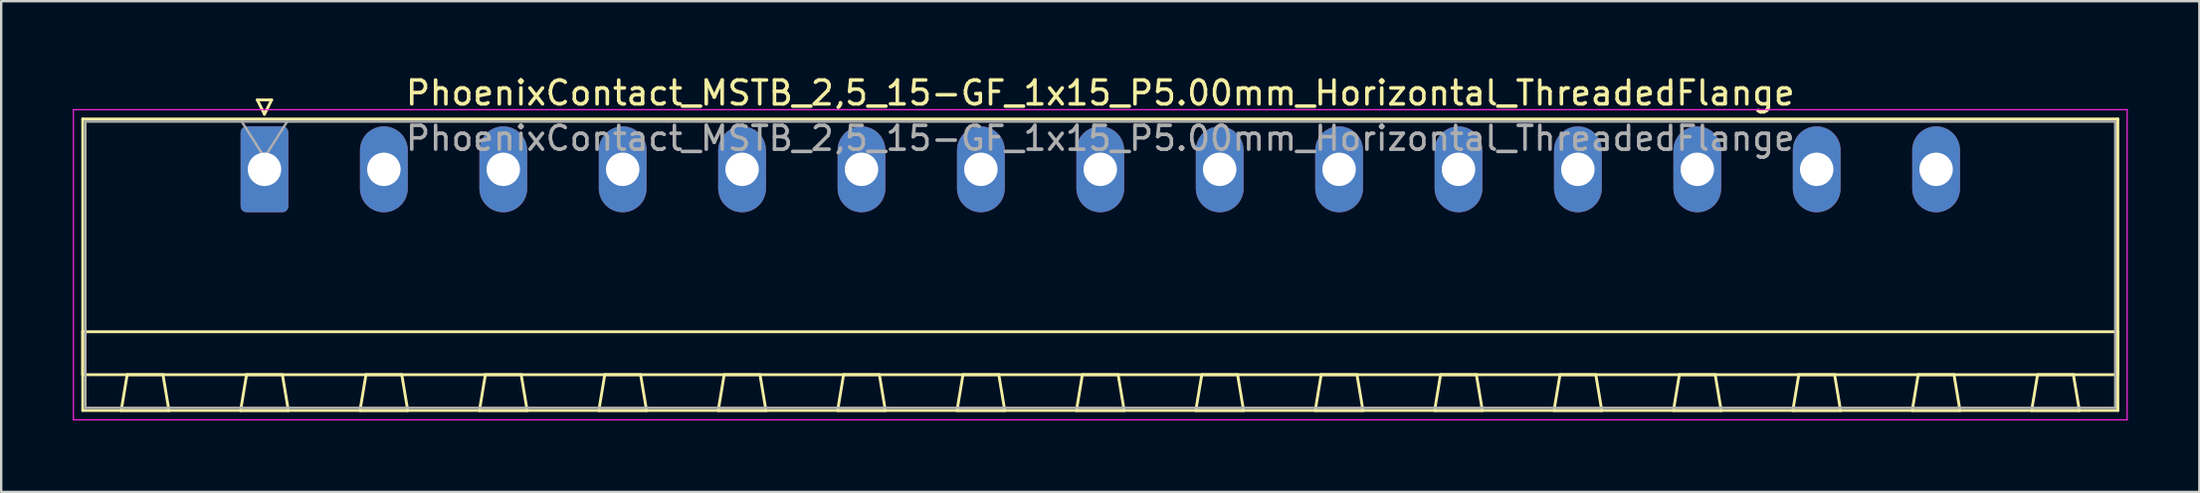
<source format=kicad_pcb>
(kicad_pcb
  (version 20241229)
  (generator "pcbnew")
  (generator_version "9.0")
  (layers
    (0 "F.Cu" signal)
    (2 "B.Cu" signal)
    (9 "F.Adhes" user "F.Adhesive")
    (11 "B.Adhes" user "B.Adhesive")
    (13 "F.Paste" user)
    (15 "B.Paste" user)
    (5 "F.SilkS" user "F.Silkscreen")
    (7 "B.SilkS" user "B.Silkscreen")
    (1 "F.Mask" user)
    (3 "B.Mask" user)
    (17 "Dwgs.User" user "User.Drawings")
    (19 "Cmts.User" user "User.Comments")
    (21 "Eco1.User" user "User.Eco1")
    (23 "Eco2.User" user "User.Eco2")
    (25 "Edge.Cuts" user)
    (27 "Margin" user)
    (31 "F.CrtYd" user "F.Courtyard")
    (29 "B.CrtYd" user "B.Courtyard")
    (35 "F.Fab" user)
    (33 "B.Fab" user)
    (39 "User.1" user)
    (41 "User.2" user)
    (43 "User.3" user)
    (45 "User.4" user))
  (footprint "PhoenixContact_MSTB_2,5_15-GF_1x15_P5.00mm_Horizontal_ThreadedFlange"
    (layer "F.Cu")
    (at 8.025 4.048)
    (property "Reference" "PhoenixContact_MSTB_2,5_15-GF_1x15_P5.00mm_Horizontal_ThreadedFlange" (at 35 -3.2 0) (layer "F.SilkS") (effects (font (size 1 1) (thickness 0.15))))
    (attr through_hole)
    (fp_line (start -7.61 -2.11) (end -7.61 10.11) (stroke (width 0.12) (type solid)) (layer "F.SilkS"))
    (fp_line (start -7.61 6.81) (end 77.61 6.81) (stroke (width 0.12) (type solid)) (layer "F.SilkS"))
    (fp_line (start -7.61 8.61) (end -7.61 6.81) (stroke (width 0.12) (type solid)) (layer "F.SilkS"))
    (fp_line (start -7.61 10.11) (end 77.61 10.11) (stroke (width 0.12) (type solid)) (layer "F.SilkS"))
    (fp_line (start -6 10.11) (end -4 10.11) (stroke (width 0.12) (type solid)) (layer "F.SilkS"))
    (fp_line (start -5.75 8.61) (end -6 10.11) (stroke (width 0.12) (type solid)) (layer "F.SilkS"))
    (fp_line (start -4.25 8.61) (end -5.75 8.61) (stroke (width 0.12) (type solid)) (layer "F.SilkS"))
    (fp_line (start -4 10.11) (end -4.25 8.61) (stroke (width 0.12) (type solid)) (layer "F.SilkS"))
    (fp_line (start -1 10.11) (end 1 10.11) (stroke (width 0.12) (type solid)) (layer "F.SilkS"))
    (fp_line (start -0.75 8.61) (end -1 10.11) (stroke (width 0.12) (type solid)) (layer "F.SilkS"))
    (fp_line (start -0.3 -2.91) (end 0.3 -2.91) (stroke (width 0.12) (type solid)) (layer "F.SilkS"))
    (fp_line (start 0 -2.31) (end -0.3 -2.91) (stroke (width 0.12) (type solid)) (layer "F.SilkS"))
    (fp_line (start 0.3 -2.91) (end 0 -2.31) (stroke (width 0.12) (type solid)) (layer "F.SilkS"))
    (fp_line (start 0.75 8.61) (end -0.75 8.61) (stroke (width 0.12) (type solid)) (layer "F.SilkS"))
    (fp_line (start 1 10.11) (end 0.75 8.61) (stroke (width 0.12) (type solid)) (layer "F.SilkS"))
    (fp_line (start 4 10.11) (end 6 10.11) (stroke (width 0.12) (type solid)) (layer "F.SilkS"))
    (fp_line (start 4.25 8.61) (end 4 10.11) (stroke (width 0.12) (type solid)) (layer "F.SilkS"))
    (fp_line (start 5.75 8.61) (end 4.25 8.61) (stroke (width 0.12) (type solid)) (layer "F.SilkS"))
    (fp_line (start 6 10.11) (end 5.75 8.61) (stroke (width 0.12) (type solid)) (layer "F.SilkS"))
    (fp_line (start 9 10.11) (end 11 10.11) (stroke (width 0.12) (type solid)) (layer "F.SilkS"))
    (fp_line (start 9.25 8.61) (end 9 10.11) (stroke (width 0.12) (type solid)) (layer "F.SilkS"))
    (fp_line (start 10.75 8.61) (end 9.25 8.61) (stroke (width 0.12) (type solid)) (layer "F.SilkS"))
    (fp_line (start 11 10.11) (end 10.75 8.61) (stroke (width 0.12) (type solid)) (layer "F.SilkS"))
    (fp_line (start 14 10.11) (end 16 10.11) (stroke (width 0.12) (type solid)) (layer "F.SilkS"))
    (fp_line (start 14.25 8.61) (end 14 10.11) (stroke (width 0.12) (type solid)) (layer "F.SilkS"))
    (fp_line (start 15.75 8.61) (end 14.25 8.61) (stroke (width 0.12) (type solid)) (layer "F.SilkS"))
    (fp_line (start 16 10.11) (end 15.75 8.61) (stroke (width 0.12) (type solid)) (layer "F.SilkS"))
    (fp_line (start 19 10.11) (end 21 10.11) (stroke (width 0.12) (type solid)) (layer "F.SilkS"))
    (fp_line (start 19.25 8.61) (end 19 10.11) (stroke (width 0.12) (type solid)) (layer "F.SilkS"))
    (fp_line (start 20.75 8.61) (end 19.25 8.61) (stroke (width 0.12) (type solid)) (layer "F.SilkS"))
    (fp_line (start 21 10.11) (end 20.75 8.61) (stroke (width 0.12) (type solid)) (layer "F.SilkS"))
    (fp_line (start 24 10.11) (end 26 10.11) (stroke (width 0.12) (type solid)) (layer "F.SilkS"))
    (fp_line (start 24.25 8.61) (end 24 10.11) (stroke (width 0.12) (type solid)) (layer "F.SilkS"))
    (fp_line (start 25.75 8.61) (end 24.25 8.61) (stroke (width 0.12) (type solid)) (layer "F.SilkS"))
    (fp_line (start 26 10.11) (end 25.75 8.61) (stroke (width 0.12) (type solid)) (layer "F.SilkS"))
    (fp_line (start 29 10.11) (end 31 10.11) (stroke (width 0.12) (type solid)) (layer "F.SilkS"))
    (fp_line (start 29.25 8.61) (end 29 10.11) (stroke (width 0.12) (type solid)) (layer "F.SilkS"))
    (fp_line (start 30.75 8.61) (end 29.25 8.61) (stroke (width 0.12) (type solid)) (layer "F.SilkS"))
    (fp_line (start 31 10.11) (end 30.75 8.61) (stroke (width 0.12) (type solid)) (layer "F.SilkS"))
    (fp_line (start 34 10.11) (end 36 10.11) (stroke (width 0.12) (type solid)) (layer "F.SilkS"))
    (fp_line (start 34.25 8.61) (end 34 10.11) (stroke (width 0.12) (type solid)) (layer "F.SilkS"))
    (fp_line (start 35.75 8.61) (end 34.25 8.61) (stroke (width 0.12) (type solid)) (layer "F.SilkS"))
    (fp_line (start 36 10.11) (end 35.75 8.61) (stroke (width 0.12) (type solid)) (layer "F.SilkS"))
    (fp_line (start 39 10.11) (end 41 10.11) (stroke (width 0.12) (type solid)) (layer "F.SilkS"))
    (fp_line (start 39.25 8.61) (end 39 10.11) (stroke (width 0.12) (type solid)) (layer "F.SilkS"))
    (fp_line (start 40.75 8.61) (end 39.25 8.61) (stroke (width 0.12) (type solid)) (layer "F.SilkS"))
    (fp_line (start 41 10.11) (end 40.75 8.61) (stroke (width 0.12) (type solid)) (layer "F.SilkS"))
    (fp_line (start 44 10.11) (end 46 10.11) (stroke (width 0.12) (type solid)) (layer "F.SilkS"))
    (fp_line (start 44.25 8.61) (end 44 10.11) (stroke (width 0.12) (type solid)) (layer "F.SilkS"))
    (fp_line (start 45.75 8.61) (end 44.25 8.61) (stroke (width 0.12) (type solid)) (layer "F.SilkS"))
    (fp_line (start 46 10.11) (end 45.75 8.61) (stroke (width 0.12) (type solid)) (layer "F.SilkS"))
    (fp_line (start 49 10.11) (end 51 10.11) (stroke (width 0.12) (type solid)) (layer "F.SilkS"))
    (fp_line (start 49.25 8.61) (end 49 10.11) (stroke (width 0.12) (type solid)) (layer "F.SilkS"))
    (fp_line (start 50.75 8.61) (end 49.25 8.61) (stroke (width 0.12) (type solid)) (layer "F.SilkS"))
    (fp_line (start 51 10.11) (end 50.75 8.61) (stroke (width 0.12) (type solid)) (layer "F.SilkS"))
    (fp_line (start 54 10.11) (end 56 10.11) (stroke (width 0.12) (type solid)) (layer "F.SilkS"))
    (fp_line (start 54.25 8.61) (end 54 10.11) (stroke (width 0.12) (type solid)) (layer "F.SilkS"))
    (fp_line (start 55.75 8.61) (end 54.25 8.61) (stroke (width 0.12) (type solid)) (layer "F.SilkS"))
    (fp_line (start 56 10.11) (end 55.75 8.61) (stroke (width 0.12) (type solid)) (layer "F.SilkS"))
    (fp_line (start 59 10.11) (end 61 10.11) (stroke (width 0.12) (type solid)) (layer "F.SilkS"))
    (fp_line (start 59.25 8.61) (end 59 10.11) (stroke (width 0.12) (type solid)) (layer "F.SilkS"))
    (fp_line (start 60.75 8.61) (end 59.25 8.61) (stroke (width 0.12) (type solid)) (layer "F.SilkS"))
    (fp_line (start 61 10.11) (end 60.75 8.61) (stroke (width 0.12) (type solid)) (layer "F.SilkS"))
    (fp_line (start 64 10.11) (end 66 10.11) (stroke (width 0.12) (type solid)) (layer "F.SilkS"))
    (fp_line (start 64.25 8.61) (end 64 10.11) (stroke (width 0.12) (type solid)) (layer "F.SilkS"))
    (fp_line (start 65.75 8.61) (end 64.25 8.61) (stroke (width 0.12) (type solid)) (layer "F.SilkS"))
    (fp_line (start 66 10.11) (end 65.75 8.61) (stroke (width 0.12) (type solid)) (layer "F.SilkS"))
    (fp_line (start 69 10.11) (end 71 10.11) (stroke (width 0.12) (type solid)) (layer "F.SilkS"))
    (fp_line (start 69.25 8.61) (end 69 10.11) (stroke (width 0.12) (type solid)) (layer "F.SilkS"))
    (fp_line (start 70.75 8.61) (end 69.25 8.61) (stroke (width 0.12) (type solid)) (layer "F.SilkS"))
    (fp_line (start 71 10.11) (end 70.75 8.61) (stroke (width 0.12) (type solid)) (layer "F.SilkS"))
    (fp_line (start 74 10.11) (end 76 10.11) (stroke (width 0.12) (type solid)) (layer "F.SilkS"))
    (fp_line (start 74.25 8.61) (end 74 10.11) (stroke (width 0.12) (type solid)) (layer "F.SilkS"))
    (fp_line (start 75.75 8.61) (end 74.25 8.61) (stroke (width 0.12) (type solid)) (layer "F.SilkS"))
    (fp_line (start 76 10.11) (end 75.75 8.61) (stroke (width 0.12) (type solid)) (layer "F.SilkS"))
    (fp_line (start 77.61 -2.11) (end -7.61 -2.11) (stroke (width 0.12) (type solid)) (layer "F.SilkS"))
    (fp_line (start 77.61 6.81) (end 77.61 8.61) (stroke (width 0.12) (type solid)) (layer "F.SilkS"))
    (fp_line (start 77.61 8.61) (end -7.61 8.61) (stroke (width 0.12) (type solid)) (layer "F.SilkS"))
    (fp_line (start 77.61 10.11) (end 77.61 -2.11) (stroke (width 0.12) (type solid)) (layer "F.SilkS"))
    (fp_line (start -8 -2.5) (end -8 10.5) (stroke (width 0.05) (type solid)) (layer "F.CrtYd"))
    (fp_line (start -8 10.5) (end 78 10.5) (stroke (width 0.05) (type solid)) (layer "F.CrtYd"))
    (fp_line (start 78 -2.5) (end -8 -2.5) (stroke (width 0.05) (type solid)) (layer "F.CrtYd"))
    (fp_line (start 78 10.5) (end 78 -2.5) (stroke (width 0.05) (type solid)) (layer "F.CrtYd"))
    (fp_line (start -7.5 -2) (end -7.5 10) (stroke (width 0.1) (type solid)) (layer "F.Fab"))
    (fp_line (start -7.5 10) (end 77.5 10) (stroke (width 0.1) (type solid)) (layer "F.Fab"))
    (fp_line (start 0 -0.5) (end -0.95 -2) (stroke (width 0.1) (type solid)) (layer "F.Fab"))
    (fp_line (start 0.95 -2) (end 0 -0.5) (stroke (width 0.1) (type solid)) (layer "F.Fab"))
    (fp_line (start 77.5 -2) (end -7.5 -2) (stroke (width 0.1) (type solid)) (layer "F.Fab"))
    (fp_line (start 77.5 10) (end 77.5 -2) (stroke (width 0.1) (type solid)) (layer "F.Fab"))
    (fp_text user "${REFERENCE}" (at 35 -1.3 0) (layer "F.Fab") (effects (font (size 1 1) (thickness 0.15))))
    (pad "1" thru_hole roundrect (at 0 0) (size 2 3.6) (drill 1.4) (layers "*.Cu" "*.Mask") (roundrect_rratio 0.125))
    (pad "2" thru_hole oval (at 5 0) (size 2 3.6) (drill 1.4) (layers "*.Cu" "*.Mask"))
    (pad "3" thru_hole oval (at 10 0) (size 2 3.6) (drill 1.4) (layers "*.Cu" "*.Mask"))
    (pad "4" thru_hole oval (at 15 0) (size 2 3.6) (drill 1.4) (layers "*.Cu" "*.Mask"))
    (pad "5" thru_hole oval (at 20 0) (size 2 3.6) (drill 1.4) (layers "*.Cu" "*.Mask"))
    (pad "6" thru_hole oval (at 25 0) (size 2 3.6) (drill 1.4) (layers "*.Cu" "*.Mask"))
    (pad "7" thru_hole oval (at 30 0) (size 2 3.6) (drill 1.4) (layers "*.Cu" "*.Mask"))
    (pad "8" thru_hole oval (at 35 0) (size 2 3.6) (drill 1.4) (layers "*.Cu" "*.Mask"))
    (pad "9" thru_hole oval (at 40 0) (size 2 3.6) (drill 1.4) (layers "*.Cu" "*.Mask"))
    (pad "10" thru_hole oval (at 45 0) (size 2 3.6) (drill 1.4) (layers "*.Cu" "*.Mask"))
    (pad "11" thru_hole oval (at 50 0) (size 2 3.6) (drill 1.4) (layers "*.Cu" "*.Mask"))
    (pad "12" thru_hole oval (at 55 0) (size 2 3.6) (drill 1.4) (layers "*.Cu" "*.Mask"))
    (pad "13" thru_hole oval (at 60 0) (size 2 3.6) (drill 1.4) (layers "*.Cu" "*.Mask"))
    (pad "14" thru_hole oval (at 65 0) (size 2 3.6) (drill 1.4) (layers "*.Cu" "*.Mask"))
    (pad "15" thru_hole oval (at 70 0) (size 2 3.6) (drill 1.4) (layers "*.Cu" "*.Mask")))
  (gr_rect
    (start -3 -3)
    (end 89.05 17.573)
    (stroke (width 0.1) (type default))
    (fill no)
    (layer "Edge.Cuts")))
</source>
